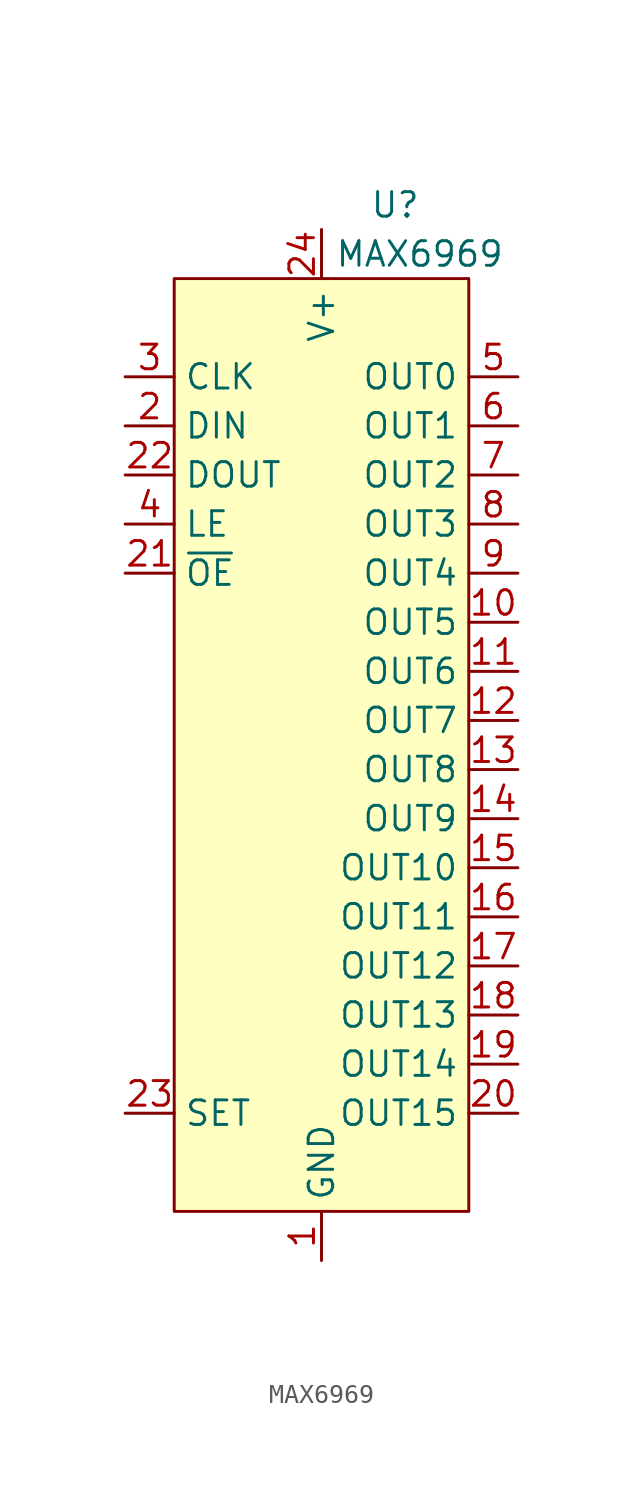
<source format=kicad_sym>
(kicad_symbol_lib
  (version 20211014)
  (generator kicad_symbol_editor)
  (symbol "MAX6969"
    (property "Reference" "U"
      (at 3.81 26.67 0)
      (effects (font (size 1.27 1.27))))
    (property "Value" "MAX6969"
      (at 5.08 24.13 0)
      (effects (font (size 1.27 1.27))))
    (symbol "MAX6969_0_1"
      (rectangle (start -7.62 22.86) (end 7.62 -25.4) (stroke (width 0) (type default) (color 0 0 0 0)) (fill (type background))))
    (symbol "MAX6969_1_1"
      (pin power_in line (at 0 -27.94 90) (length 2.54) (name "GND" (effects (font (size 1.27 1.27)))) (number "1" (effects (font (size 1.27 1.27)))))
      (pin output line (at 10.16 5.08 180) (length 2.54) (name "OUT5" (effects (font (size 1.27 1.27)))) (number "10" (effects (font (size 1.27 1.27)))))
      (pin output line (at 10.16 2.54 180) (length 2.54) (name "OUT6" (effects (font (size 1.27 1.27)))) (number "11" (effects (font (size 1.27 1.27)))))
      (pin output line (at 10.16 0 180) (length 2.54) (name "OUT7" (effects (font (size 1.27 1.27)))) (number "12" (effects (font (size 1.27 1.27)))))
      (pin output line (at 10.16 -2.54 180) (length 2.54) (name "OUT8" (effects (font (size 1.27 1.27)))) (number "13" (effects (font (size 1.27 1.27)))))
      (pin output line (at 10.16 -5.08 180) (length 2.54) (name "OUT9" (effects (font (size 1.27 1.27)))) (number "14" (effects (font (size 1.27 1.27)))))
      (pin output line (at 10.16 -7.62 180) (length 2.54) (name "OUT10" (effects (font (size 1.27 1.27)))) (number "15" (effects (font (size 1.27 1.27)))))
      (pin output line (at 10.16 -10.16 180) (length 2.54) (name "OUT11" (effects (font (size 1.27 1.27)))) (number "16" (effects (font (size 1.27 1.27)))))
      (pin output line (at 10.16 -12.7 180) (length 2.54) (name "OUT12" (effects (font (size 1.27 1.27)))) (number "17" (effects (font (size 1.27 1.27)))))
      (pin output line (at 10.16 -15.24 180) (length 2.54) (name "OUT13" (effects (font (size 1.27 1.27)))) (number "18" (effects (font (size 1.27 1.27)))))
      (pin output line (at 10.16 -17.78 180) (length 2.54) (name "OUT14" (effects (font (size 1.27 1.27)))) (number "19" (effects (font (size 1.27 1.27)))))
      (pin input line (at -10.16 15.24 0) (length 2.54) (name "DIN" (effects (font (size 1.27 1.27)))) (number "2" (effects (font (size 1.27 1.27)))))
      (pin output line (at 10.16 -20.32 180) (length 2.54) (name "OUT15" (effects (font (size 1.27 1.27)))) (number "20" (effects (font (size 1.27 1.27)))))
      (pin input line (at -10.16 7.62 0) (length 2.54) (name "~{OE}" (effects (font (size 1.27 1.27)))) (number "21" (effects (font (size 1.27 1.27)))))
      (pin output line (at -10.16 12.7 0) (length 2.54) (name "DOUT" (effects (font (size 1.27 1.27)))) (number "22" (effects (font (size 1.27 1.27)))))
      (pin input line (at -10.16 -20.32 0) (length 2.54) (name "SET" (effects (font (size 1.27 1.27)))) (number "23" (effects (font (size 1.27 1.27)))))
      (pin power_in line (at 0 25.4 270) (length 2.54) (name "V+" (effects (font (size 1.27 1.27)))) (number "24" (effects (font (size 1.27 1.27)))))
      (pin input line (at -10.16 17.78 0) (length 2.54) (name "CLK" (effects (font (size 1.27 1.27)))) (number "3" (effects (font (size 1.27 1.27)))))
      (pin input line (at -10.16 10.16 0) (length 2.54) (name "LE" (effects (font (size 1.27 1.27)))) (number "4" (effects (font (size 1.27 1.27)))))
      (pin output line (at 10.16 17.78 180) (length 2.54) (name "OUT0" (effects (font (size 1.27 1.27)))) (number "5" (effects (font (size 1.27 1.27)))))
      (pin output line (at 10.16 15.24 180) (length 2.54) (name "OUT1" (effects (font (size 1.27 1.27)))) (number "6" (effects (font (size 1.27 1.27)))))
      (pin output line (at 10.16 12.7 180) (length 2.54) (name "OUT2" (effects (font (size 1.27 1.27)))) (number "7" (effects (font (size 1.27 1.27)))))
      (pin output line (at 10.16 10.16 180) (length 2.54) (name "OUT3" (effects (font (size 1.27 1.27)))) (number "8" (effects (font (size 1.27 1.27)))))
      (pin output line (at 10.16 7.62 180) (length 2.54) (name "OUT4" (effects (font (size 1.27 1.27)))) (number "9" (effects (font (size 1.27 1.27))))))))
</source>
